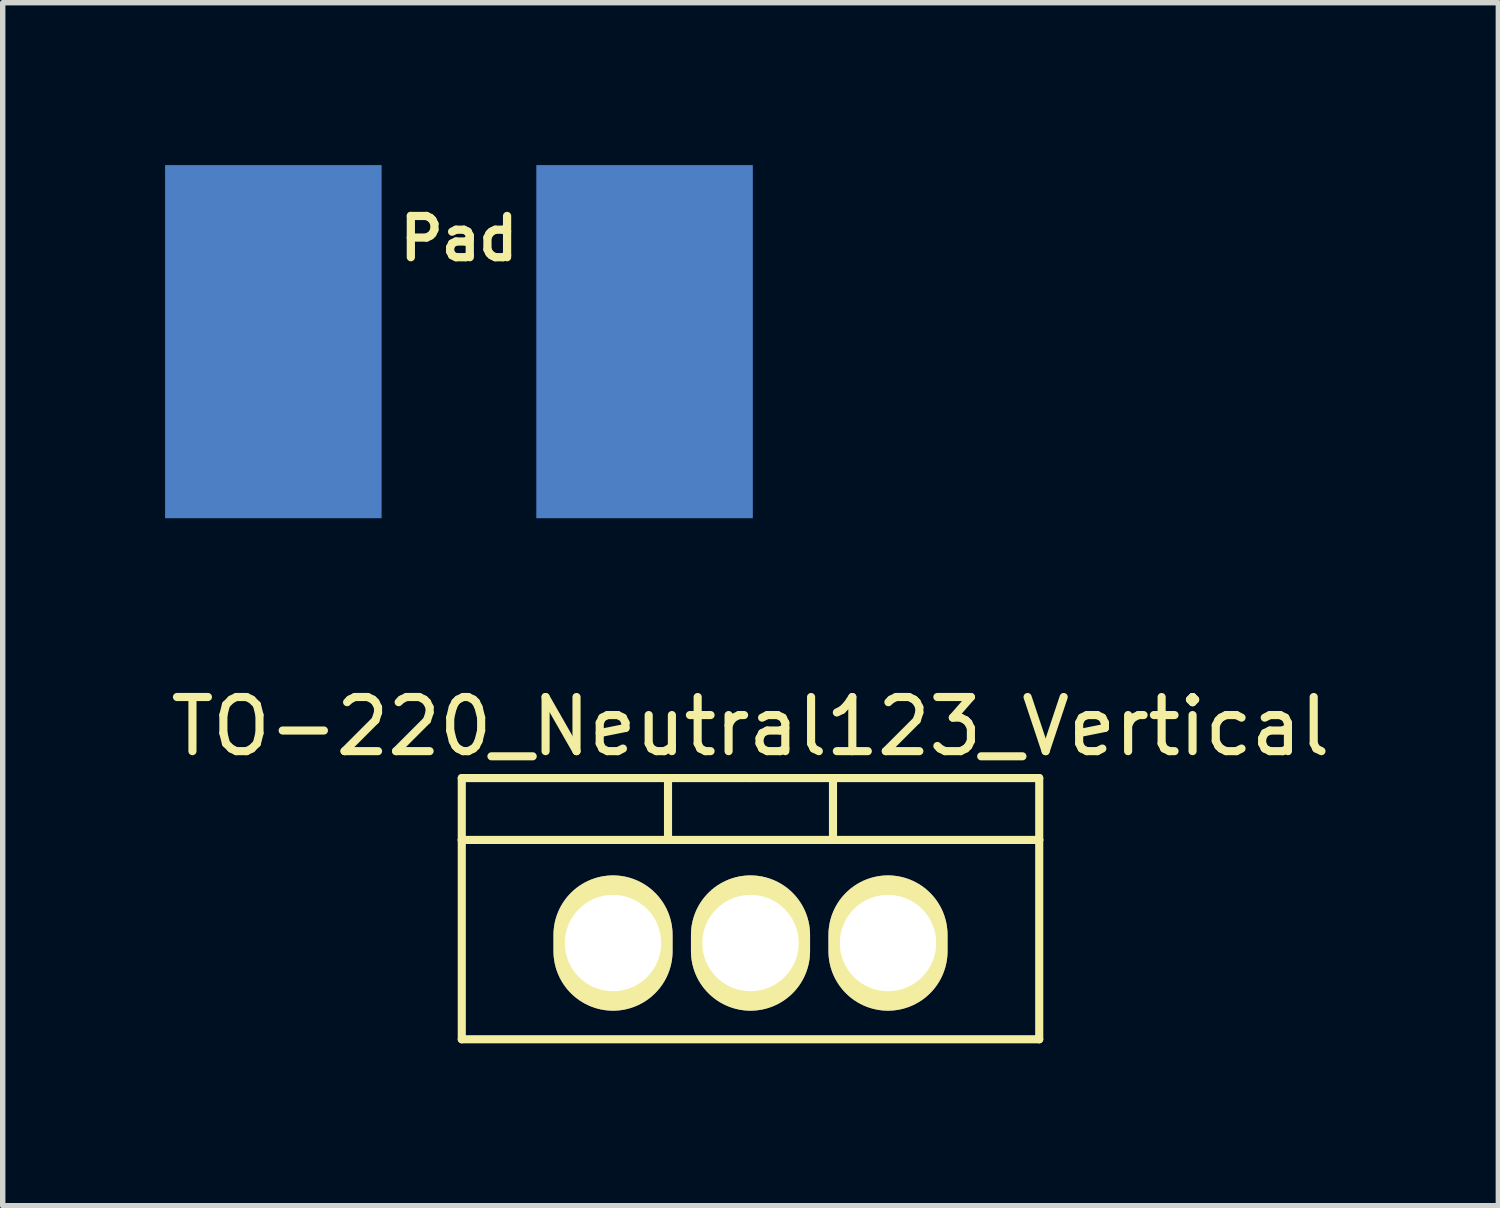
<source format=kicad_pcb>
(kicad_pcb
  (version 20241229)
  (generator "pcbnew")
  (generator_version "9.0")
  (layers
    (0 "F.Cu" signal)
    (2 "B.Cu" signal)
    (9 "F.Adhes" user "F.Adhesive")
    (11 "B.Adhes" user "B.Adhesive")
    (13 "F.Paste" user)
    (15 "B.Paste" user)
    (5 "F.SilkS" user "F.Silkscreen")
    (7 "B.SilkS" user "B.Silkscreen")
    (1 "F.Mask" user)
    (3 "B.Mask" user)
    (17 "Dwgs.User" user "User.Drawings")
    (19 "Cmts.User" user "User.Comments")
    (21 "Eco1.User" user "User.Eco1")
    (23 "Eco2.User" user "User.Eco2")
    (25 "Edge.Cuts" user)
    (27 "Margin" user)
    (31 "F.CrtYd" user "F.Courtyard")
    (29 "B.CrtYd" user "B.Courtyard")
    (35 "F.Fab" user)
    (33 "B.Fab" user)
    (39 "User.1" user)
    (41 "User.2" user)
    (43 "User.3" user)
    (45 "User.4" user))
  (footprint "Pad"
    (layer "F.Cu")
    (at 5.429 3.262)
    (property "Reference" "Pad" (at 0 -1.905 0) (layer "F.SilkS") (effects (font (size 0.762 0.762) (thickness 0.152))))
    (attr through_hole)
    (pad "1" connect rect (at -3.429 0) (size 4 6.524) (layers "B.Cu" "B.Mask"))
    (pad "2" connect rect (at 3.429 0) (size 4 6.524) (layers "B.Cu" "B.Mask")))
  (footprint "TO-220_Neutral123_Vertical"
    (layer "F.Cu")
    (at 8.355 14.372)
    (property "Reference" "TO-220_Neutral123_Vertical" (at 2.46 -4 180) (layer "F.SilkS") (effects (font (size 1 1) (thickness 0.15))))
    (attr through_hole)
    (fp_line (start -2.874 -1.905) (end -2.874 -3.048) (stroke (width 0.15) (type solid)) (layer "F.SilkS"))
    (fp_line (start -2.874 1.778) (end -2.874 -1.905) (stroke (width 0.15) (type solid)) (layer "F.SilkS"))
    (fp_line (start 0.936 -3.048) (end 0.936 -1.905) (stroke (width 0.15) (type solid)) (layer "F.SilkS"))
    (fp_line (start 2.46 -3.048) (end -2.874 -3.048) (stroke (width 0.15) (type solid)) (layer "F.SilkS"))
    (fp_line (start 2.46 -3.048) (end 7.794 -3.048) (stroke (width 0.15) (type solid)) (layer "F.SilkS"))
    (fp_line (start 3.984 -3.048) (end 3.984 -1.905) (stroke (width 0.15) (type solid)) (layer "F.SilkS"))
    (fp_line (start 7.794 -3.048) (end 7.794 -1.905) (stroke (width 0.15) (type solid)) (layer "F.SilkS"))
    (fp_line (start 7.794 -1.905) (end -2.874 -1.905) (stroke (width 0.15) (type solid)) (layer "F.SilkS"))
    (fp_line (start 7.794 -1.905) (end 7.794 1.778) (stroke (width 0.15) (type solid)) (layer "F.SilkS"))
    (fp_line (start 7.794 1.778) (end -2.874 1.778) (stroke (width 0.15) (type solid)) (layer "F.SilkS"))
    (pad "1" thru_hole oval (at -0.08 0 90) (size 2.499 2.2) (drill 1.78) (layers "*.Cu" "*.Mask" "F.SilkS"))
    (pad "2" thru_hole oval (at 2.46 0 90) (size 2.499 2.2) (drill 1.78) (layers "*.Cu" "*.Mask" "F.SilkS"))
    (pad "3" thru_hole oval (at 5 0 90) (size 2.499 2.2) (drill 1.78) (layers "*.Cu" "*.Mask" "F.SilkS")))
  (gr_rect
    (start -3 -3)
    (end 24.631 19.225)
    (stroke (width 0.1) (type default))
    (fill no)
    (layer "Edge.Cuts")))
</source>
